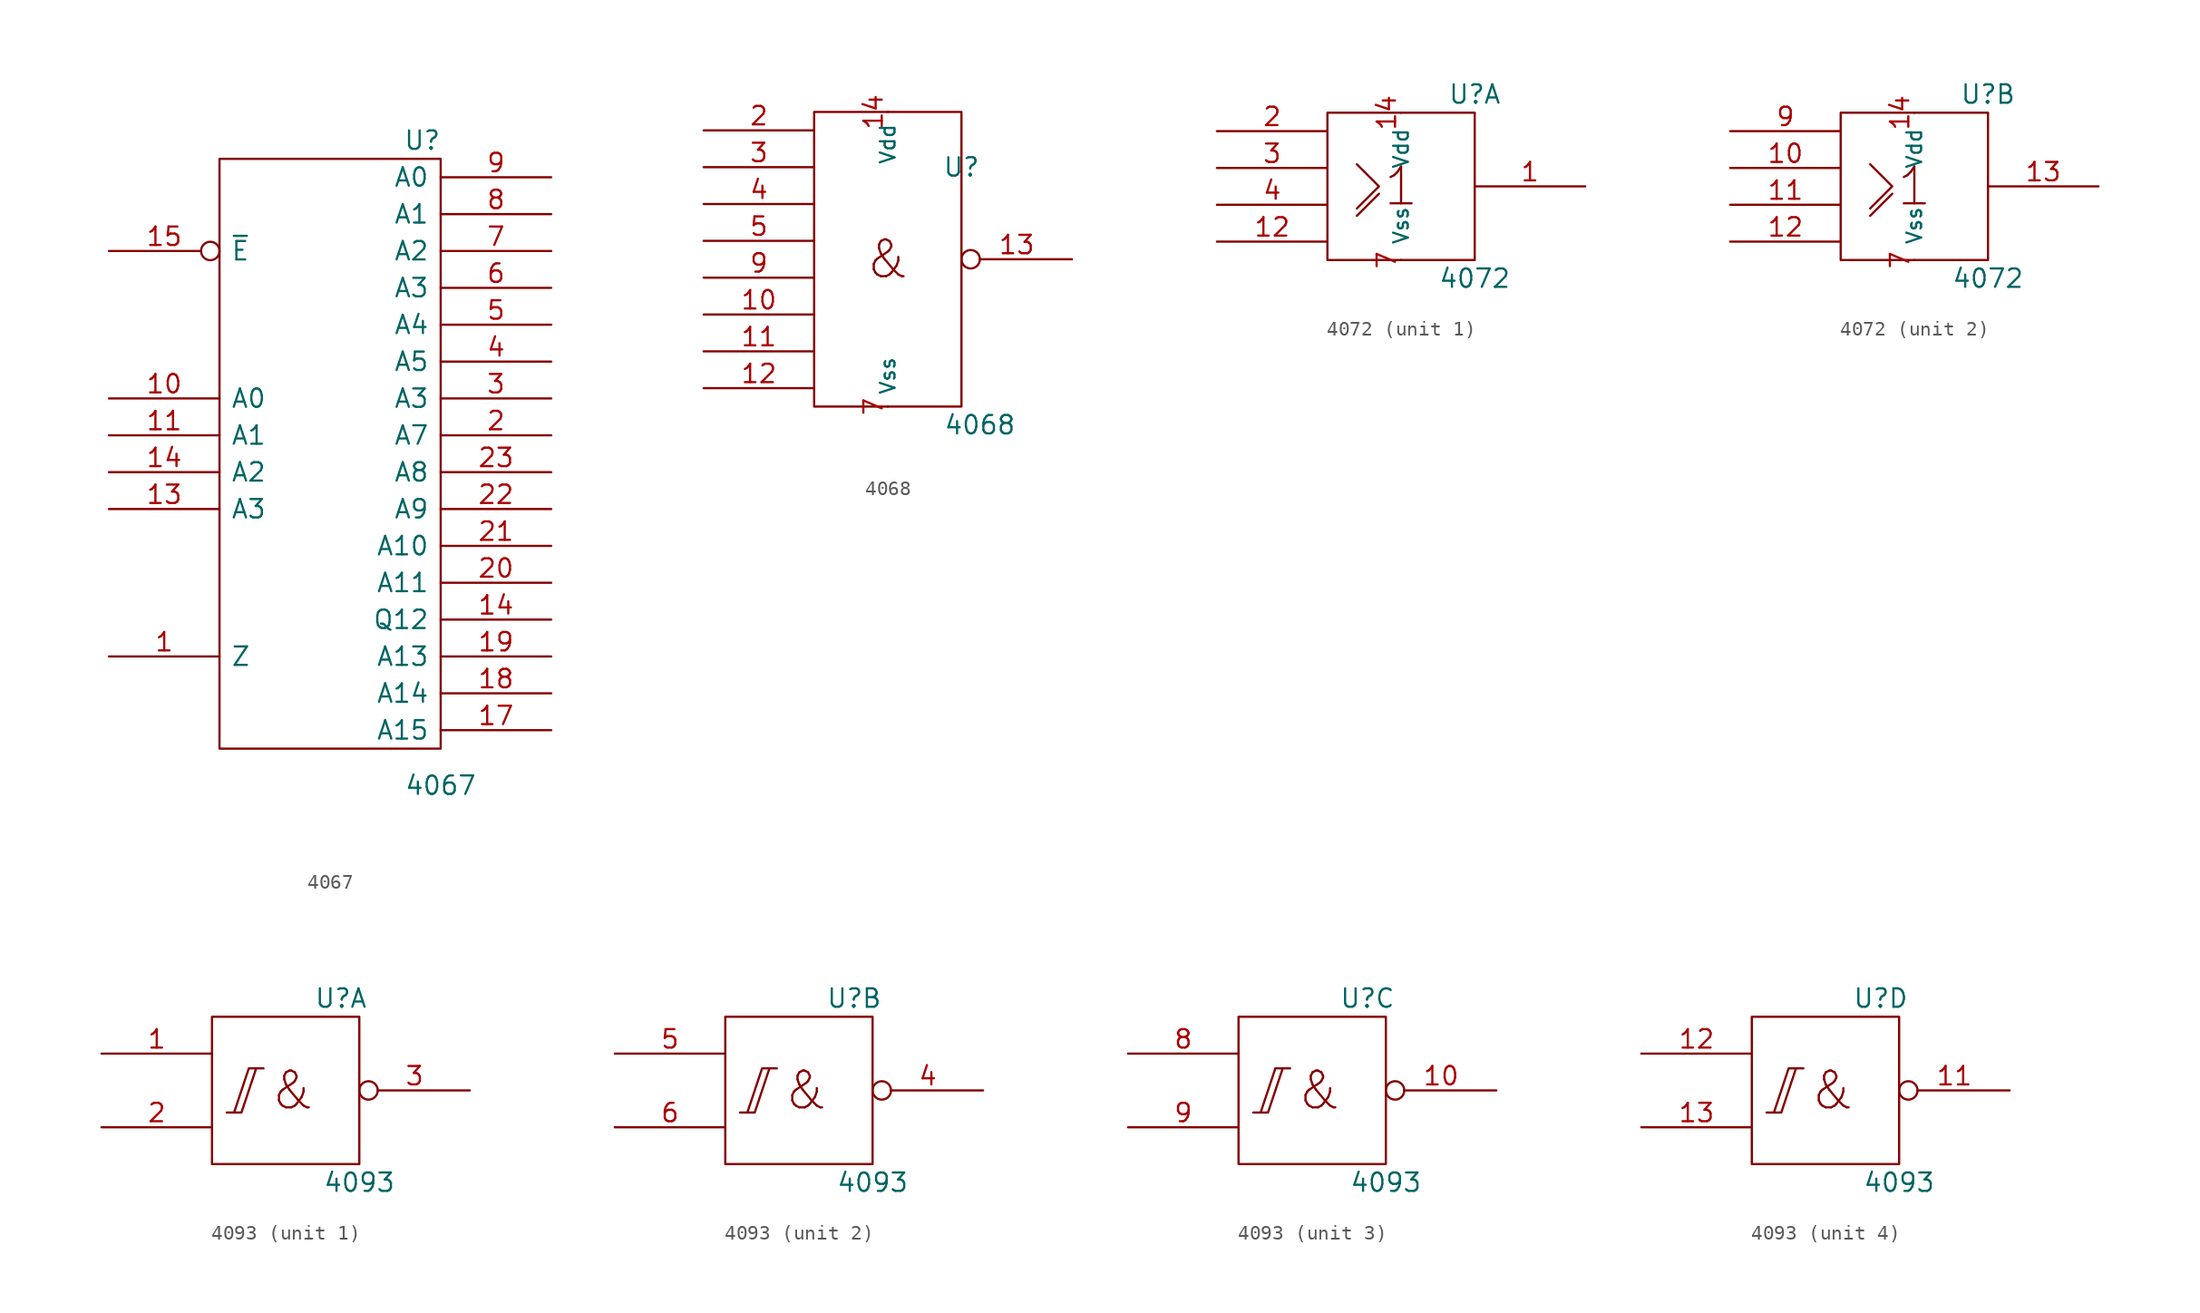
<source format=kicad_sym>
(kicad_symbol_lib
  (version 20201005)
  (generator kicad_symbol_editor)
  (symbol "4067"
    (pin_names
      (offset 0.762))
    (property "Reference" "U"
      (at 6.35 21.59 0)
      (effects (font (size 1.27 1.27))))
    (property "Value" "4067"
      (at 7.62 -22.86 0)
      (effects (font (size 1.27 1.27))))
    (symbol "4067_0_1"
      (rectangle (start 7.62 20.32) (end -7.62 -20.32) (stroke (width 0)) (fill (type none))))
    (symbol "4067_1_1"
      (pin input line (at -15.24 -13.97 0) (length 7.62) (name "Z" (effects (font (size 1.27 1.27)))) (number "1" (effects (font (size 1.27 1.27)))))
      (pin input line (at -15.24 3.81 0) (length 7.62) (name "A0" (effects (font (size 1.27 1.27)))) (number "10" (effects (font (size 1.27 1.27)))))
      (pin input line (at -15.24 1.27 0) (length 7.62) (name "A1" (effects (font (size 1.27 1.27)))) (number "11" (effects (font (size 1.27 1.27)))))
      (pin power_in line (at 0 -20.32 90) (length 0) hide (name "Vss" (effects (font (size 1.27 1.27)))) (number "12" (effects (font (size 1.27 1.27)))))
      (pin input line (at -15.24 -3.81 0) (length 7.62) (name "A3" (effects (font (size 1.27 1.27)))) (number "13" (effects (font (size 1.27 1.27)))))
      (pin input line (at -15.24 -1.27 0) (length 7.62) (name "A2" (effects (font (size 1.27 1.27)))) (number "14" (effects (font (size 1.27 1.27)))))
      (pin output line (at 15.24 -11.43 180) (length 7.62) (name "Q12" (effects (font (size 1.27 1.27)))) (number "14" (effects (font (size 1.27 1.27)))))
      (pin input inverted (at -15.24 13.97 0) (length 7.62) (name "~E" (effects (font (size 1.27 1.27)))) (number "15" (effects (font (size 1.27 1.27)))))
      (pin output line (at 15.24 -19.05 180) (length 7.62) (name "A15" (effects (font (size 1.27 1.27)))) (number "17" (effects (font (size 1.27 1.27)))))
      (pin output line (at 15.24 -16.51 180) (length 7.62) (name "A14" (effects (font (size 1.27 1.27)))) (number "18" (effects (font (size 1.27 1.27)))))
      (pin output line (at 15.24 -13.97 180) (length 7.62) (name "A13" (effects (font (size 1.27 1.27)))) (number "19" (effects (font (size 1.27 1.27)))))
      (pin output line (at 15.24 1.27 180) (length 7.62) (name "A7" (effects (font (size 1.27 1.27)))) (number "2" (effects (font (size 1.27 1.27)))))
      (pin output line (at 15.24 -8.89 180) (length 7.62) (name "A11" (effects (font (size 1.27 1.27)))) (number "20" (effects (font (size 1.27 1.27)))))
      (pin output line (at 15.24 -6.35 180) (length 7.62) (name "A10" (effects (font (size 1.27 1.27)))) (number "21" (effects (font (size 1.27 1.27)))))
      (pin output line (at 15.24 -3.81 180) (length 7.62) (name "A9" (effects (font (size 1.27 1.27)))) (number "22" (effects (font (size 1.27 1.27)))))
      (pin output line (at 15.24 -1.27 180) (length 7.62) (name "A8" (effects (font (size 1.27 1.27)))) (number "23" (effects (font (size 1.27 1.27)))))
      (pin power_in line (at 0 20.32 270) (length 0) hide (name "Vdd" (effects (font (size 1.27 1.27)))) (number "24" (effects (font (size 1.27 1.27)))))
      (pin output line (at 15.24 3.81 180) (length 7.62) (name "A3" (effects (font (size 1.27 1.27)))) (number "3" (effects (font (size 1.27 1.27)))))
      (pin output line (at 15.24 6.35 180) (length 7.62) (name "A5" (effects (font (size 1.27 1.27)))) (number "4" (effects (font (size 1.27 1.27)))))
      (pin output line (at 15.24 8.89 180) (length 7.62) (name "A4" (effects (font (size 1.27 1.27)))) (number "5" (effects (font (size 1.27 1.27)))))
      (pin output line (at 15.24 11.43 180) (length 7.62) (name "A3" (effects (font (size 1.27 1.27)))) (number "6" (effects (font (size 1.27 1.27)))))
      (pin output line (at 15.24 13.97 180) (length 7.62) (name "A2" (effects (font (size 1.27 1.27)))) (number "7" (effects (font (size 1.27 1.27)))))
      (pin output line (at 15.24 16.51 180) (length 7.62) (name "A1" (effects (font (size 1.27 1.27)))) (number "8" (effects (font (size 1.27 1.27)))))
      (pin output line (at 15.24 19.05 180) (length 7.62) (name "A0" (effects (font (size 1.27 1.27)))) (number "9" (effects (font (size 1.27 1.27)))))))
  (symbol "4068"
    (pin_names
      (offset 0.762))
    (property "Reference" "U"
      (at 5.08 6.35 0)
      (effects (font (size 1.27 1.27))))
    (property "Value" "4068"
      (at 6.35 -11.43 0)
      (effects (font (size 1.27 1.27))))
    (symbol "4068_0_0"
      (text "&" (at 0 0 0) (effects (font (size 2.54 2.54))))
      (rectangle (start -5.08 10.16) (end 5.08 -10.16) (stroke (width 0)) (fill (type none))))
    (symbol "4068_0_1"
      (pin power_in line (at 0 10.16 270) (length 0) (name "Vdd" (effects (font (size 1.016 1.016)))) (number "14" (effects (font (size 1.27 1.27)))))
      (pin power_in line (at 0 -10.16 90) (length 0) (name "Vss" (effects (font (size 1.016 1.016)))) (number "7" (effects (font (size 1.27 1.27))))))
    (symbol "4068_1_1"
      (pin output line (at -12.7 -3.81 0) (length 7.62) (name "~" (effects (font (size 1.27 1.27)))) (number "10" (effects (font (size 1.27 1.27)))))
      (pin output line (at -12.7 -6.35 0) (length 7.62) (name "~" (effects (font (size 1.27 1.27)))) (number "11" (effects (font (size 1.27 1.27)))))
      (pin power_in line (at -12.7 -8.89 0) (length 7.62) (name "~" (effects (font (size 1.016 1.016)))) (number "12" (effects (font (size 1.27 1.27)))))
      (pin output inverted (at 12.7 0 180) (length 7.62) (name "~" (effects (font (size 1.27 1.27)))) (number "13" (effects (font (size 1.27 1.27)))))
      (pin input line (at -12.7 8.89 0) (length 7.62) (name "~" (effects (font (size 1.27 1.27)))) (number "2" (effects (font (size 1.27 1.27)))))
      (pin input line (at -12.7 6.35 0) (length 7.62) (name "~" (effects (font (size 1.27 1.27)))) (number "3" (effects (font (size 1.27 1.27)))))
      (pin input line (at -12.7 3.81 0) (length 7.62) (name "~" (effects (font (size 1.27 1.27)))) (number "4" (effects (font (size 1.27 1.27)))))
      (pin output line (at -12.7 1.27 0) (length 7.62) (name "~" (effects (font (size 1.27 1.27)))) (number "5" (effects (font (size 1.27 1.27)))))
      (pin output line (at -12.7 -1.27 0) (length 7.62) (name "~" (effects (font (size 1.27 1.27)))) (number "9" (effects (font (size 1.27 1.27)))))))
  (symbol "4072"
    (pin_names
      (offset 1.016))
    (property "Reference" "U"
      (at 5.08 6.35 0)
      (effects (font (size 1.27 1.27))))
    (property "Value" "4072"
      (at 5.08 -6.35 0)
      (effects (font (size 1.27 1.27))))
    (symbol "4072_0_0"
      (text "1" (at 0 0 0) (effects (font (size 2.54 2.54))))
      (polyline (pts (xy -3.048 -2.032) (xy -1.524 -0.508) (xy -1.524 -0.508)) (stroke (width 0)) (fill (type none)))
      (polyline (pts (xy -3.048 1.524) (xy -1.524 0) (xy -3.048 -1.524) (xy -3.048 -1.524)) (stroke (width 0)) (fill (type none))))
    (symbol "4072_0_1"
      (rectangle (start -5.08 5.08) (end 5.08 -5.08) (stroke (width 0)) (fill (type none)))
      (pin power_in line (at 0 5.08 270) (length 0) (name "Vdd" (effects (font (size 1.016 1.016)))) (number "14" (effects (font (size 1.27 1.27)))))
      (pin power_in line (at 0 -5.08 90) (length 0) (name "Vss" (effects (font (size 1.016 1.016)))) (number "7" (effects (font (size 1.27 1.27))))))
    (symbol "4072_1_1"
      (pin output line (at 12.7 0 180) (length 7.62) (name "~" (effects (font (size 1.27 1.27)))) (number "1" (effects (font (size 1.27 1.27)))))
      (pin power_in line (at -12.7 -3.81 0) (length 7.62) (name "~" (effects (font (size 1.016 1.016)))) (number "12" (effects (font (size 1.27 1.27)))))
      (pin input line (at -12.7 3.81 0) (length 7.62) (name "~" (effects (font (size 1.27 1.27)))) (number "2" (effects (font (size 1.27 1.27)))))
      (pin input line (at -12.7 1.27 0) (length 7.62) (name "~" (effects (font (size 1.27 1.27)))) (number "3" (effects (font (size 1.27 1.27)))))
      (pin input line (at -12.7 -1.27 0) (length 7.62) (name "~" (effects (font (size 1.27 1.27)))) (number "4" (effects (font (size 1.27 1.27))))))
    (symbol "4072_2_1"
      (pin input line (at -12.7 1.27 0) (length 7.62) (name "~" (effects (font (size 1.27 1.27)))) (number "10" (effects (font (size 1.27 1.27)))))
      (pin input line (at -12.7 -1.27 0) (length 7.62) (name "~" (effects (font (size 1.27 1.27)))) (number "11" (effects (font (size 1.27 1.27)))))
      (pin power_in line (at -12.7 -3.81 0) (length 7.62) (name "~" (effects (font (size 1.016 1.016)))) (number "12" (effects (font (size 1.27 1.27)))))
      (pin output line (at 12.7 0 180) (length 7.62) (name "~" (effects (font (size 1.27 1.27)))) (number "13" (effects (font (size 1.27 1.27)))))
      (pin input line (at -12.7 3.81 0) (length 7.62) (name "~" (effects (font (size 1.27 1.27)))) (number "9" (effects (font (size 1.27 1.27)))))))
  (symbol "4093"
    (pin_names
      (offset 0.762))
    (property "Reference" "U"
      (at 3.81 6.35 0)
      (effects (font (size 1.27 1.27))))
    (property "Value" "4093"
      (at 5.08 -6.35 0)
      (effects (font (size 1.27 1.27))))
    (symbol "4093_0_0"
      (text "&" (at 0.508 0 0) (effects (font (size 2.54 2.54))))
      (rectangle (start -5.08 5.08) (end 5.08 -5.08) (stroke (width 0)) (fill (type none)))
      (polyline (pts (xy -4.064 -1.524) (xy -3.048 -1.524) (xy -2.032 1.524) (xy -1.524 1.524) (xy -2.54 1.524) (xy -3.556 -1.524) (xy -3.556 -1.524)) (stroke (width 0)) (fill (type none)))
      (pin power_in line (at 0 5.08 270) (length 0) hide (name "Vdd" (effects (font (size 1.27 1.27)))) (number "14" (effects (font (size 1.27 1.27)))))
      (pin power_in line (at 0 -5.08 90) (length 0) hide (name "Vss" (effects (font (size 1.27 1.27)))) (number "7" (effects (font (size 1.27 1.27))))))
    (symbol "4093_1_1"
      (pin input line (at -12.7 2.54 0) (length 7.62) (name "~" (effects (font (size 1.27 1.27)))) (number "1" (effects (font (size 1.27 1.27)))))
      (pin input line (at -12.7 -2.54 0) (length 7.62) (name "~" (effects (font (size 1.27 1.27)))) (number "2" (effects (font (size 1.27 1.27)))))
      (pin output inverted (at 12.7 0 180) (length 7.62) (name "~" (effects (font (size 1.27 1.27)))) (number "3" (effects (font (size 1.27 1.27))))))
    (symbol "4093_2_1"
      (pin output inverted (at 12.7 0 180) (length 7.62) (name "~" (effects (font (size 1.27 1.27)))) (number "4" (effects (font (size 1.27 1.27)))))
      (pin input line (at -12.7 2.54 0) (length 7.62) (name "~" (effects (font (size 1.27 1.27)))) (number "5" (effects (font (size 1.27 1.27)))))
      (pin input line (at -12.7 -2.54 0) (length 7.62) (name "~" (effects (font (size 1.27 1.27)))) (number "6" (effects (font (size 1.27 1.27))))))
    (symbol "4093_3_1"
      (pin output inverted (at 12.7 0 180) (length 7.62) (name "~" (effects (font (size 1.27 1.27)))) (number "10" (effects (font (size 1.27 1.27)))))
      (pin input line (at -12.7 2.54 0) (length 7.62) (name "~" (effects (font (size 1.27 1.27)))) (number "8" (effects (font (size 1.27 1.27)))))
      (pin input line (at -12.7 -2.54 0) (length 7.62) (name "~" (effects (font (size 1.27 1.27)))) (number "9" (effects (font (size 1.27 1.27))))))
    (symbol "4093_4_1"
      (pin output inverted (at 12.7 0 180) (length 7.62) (name "~" (effects (font (size 1.27 1.27)))) (number "11" (effects (font (size 1.27 1.27)))))
      (pin input line (at -12.7 2.54 0) (length 7.62) (name "~" (effects (font (size 1.27 1.27)))) (number "12" (effects (font (size 1.27 1.27)))))
      (pin input line (at -12.7 -2.54 0) (length 7.62) (name "~" (effects (font (size 1.27 1.27)))) (number "13" (effects (font (size 1.27 1.27))))))))
</source>
